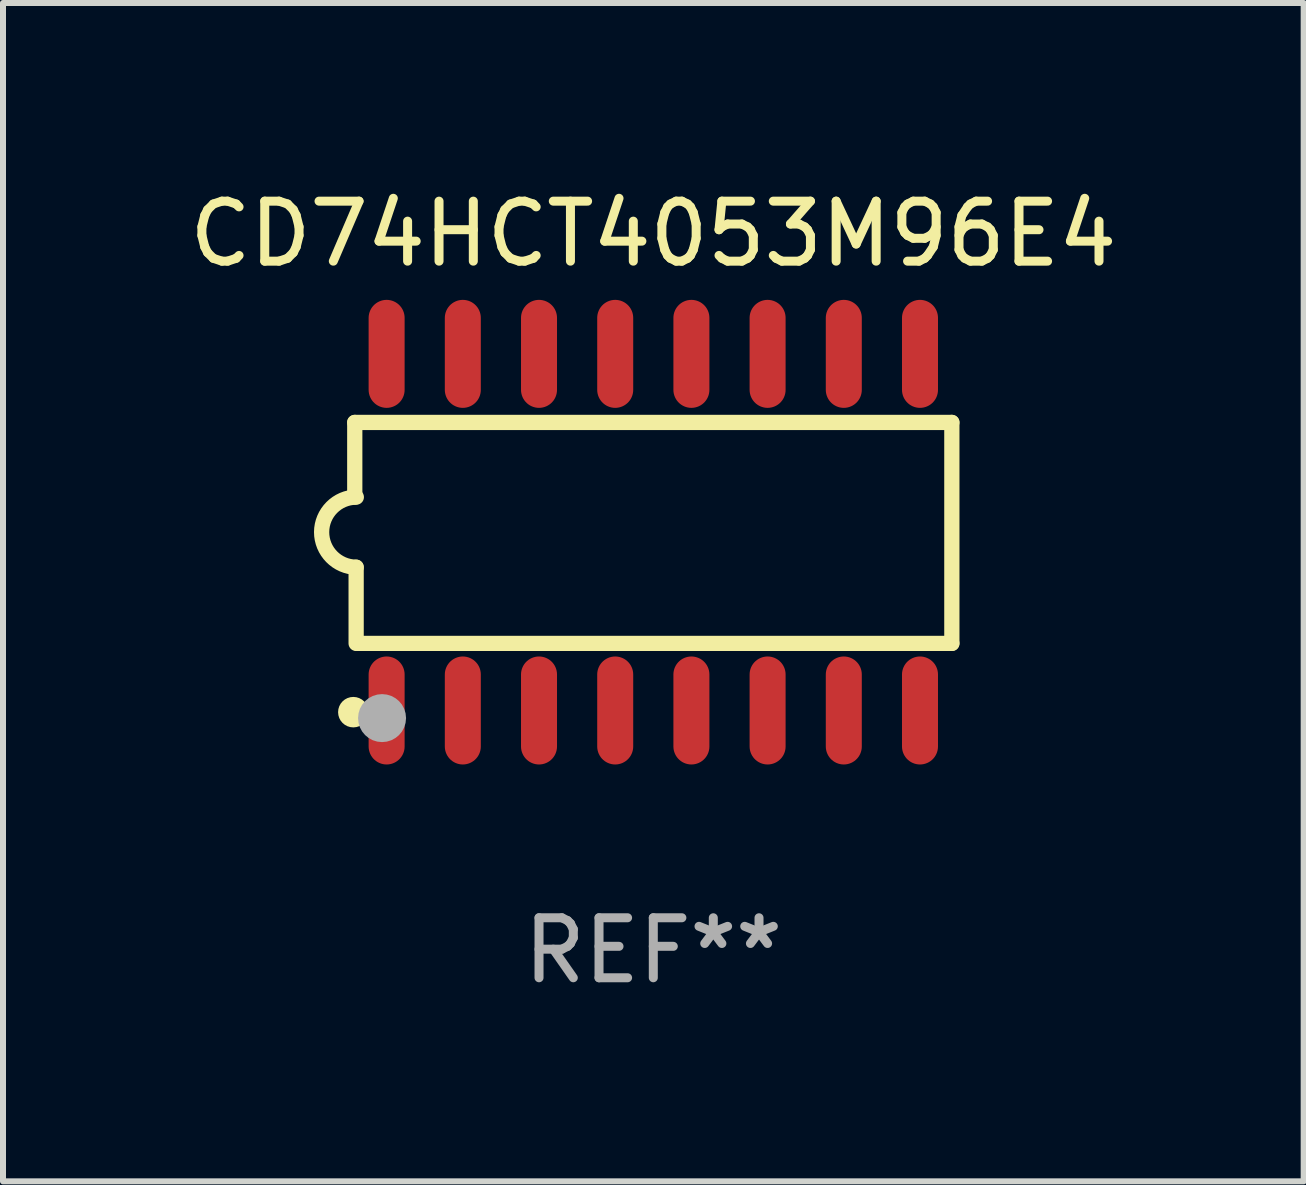
<source format=kicad_pcb>
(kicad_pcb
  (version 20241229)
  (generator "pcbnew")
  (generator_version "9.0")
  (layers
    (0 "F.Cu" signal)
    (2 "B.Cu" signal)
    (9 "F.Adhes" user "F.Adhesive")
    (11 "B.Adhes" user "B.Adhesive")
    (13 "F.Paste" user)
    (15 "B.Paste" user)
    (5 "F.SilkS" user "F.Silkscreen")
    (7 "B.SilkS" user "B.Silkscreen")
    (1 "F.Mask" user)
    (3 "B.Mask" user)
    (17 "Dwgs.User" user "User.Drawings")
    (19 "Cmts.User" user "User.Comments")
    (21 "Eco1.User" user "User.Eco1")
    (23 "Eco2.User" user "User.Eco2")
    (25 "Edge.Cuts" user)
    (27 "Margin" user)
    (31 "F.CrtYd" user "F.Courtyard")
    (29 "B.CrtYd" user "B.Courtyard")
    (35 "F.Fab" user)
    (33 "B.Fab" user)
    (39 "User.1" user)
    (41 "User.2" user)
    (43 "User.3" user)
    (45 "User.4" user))
  (footprint "CD74HCT4053M96E4"
    (layer "F.Cu")
    (at 7.839 5.82)
    (property "Reference" "CD74HCT4053M96E4" (at 0 -4.972 0) (layer "F.SilkS") (effects (font (size 1 1) (thickness 0.15))))
    (attr through_hole)
    (fp_line (start -4.976 -1.829) (end -4.976 -0.584) (stroke (width 0.254) (type solid)) (layer "F.SilkS"))
    (fp_line (start -4.953 0.584) (end -4.953 1.854) (stroke (width 0.254) (type solid)) (layer "F.SilkS"))
    (fp_line (start -4.928 1.854) (end 4.976 1.854) (stroke (width 0.254) (type solid)) (layer "F.SilkS"))
    (fp_line (start 4.976 -1.829) (end -4.976 -1.829) (stroke (width 0.254) (type solid)) (layer "F.SilkS"))
    (fp_line (start 4.976 1.854) (end 4.976 -1.829) (stroke (width 0.254) (type solid)) (layer "F.SilkS"))
    (fp_arc (start -4.95301 0.584201) (mid -5.533866 -0.00152) (end -4.950088 -0.584329) (stroke (width 0.254001) (type solid)) (layer "F.SilkS"))
    (fp_circle (center -5 3) (end -4.873 3) (stroke (width 0.254) (type solid)) (fill no) (layer "F.SilkS"))
    (fp_circle (center -4.521 3.099) (end -4.321 3.099) (stroke (width 0.4) (type solid)) (fill no) (layer "F.Fab"))
    (fp_text user "REF**" (at 0 6.972 0) (layer "F.Fab") (effects (font (size 1 1) (thickness 0.15))))
    (pad "1" smd oval (at -4.445 2.972 180) (size 0.6 1.8) (layers "F.Cu" "F.Mask" "F.Paste"))
    (pad "2" smd oval (at -3.175 2.972 180) (size 0.6 1.8) (layers "F.Cu" "F.Mask" "F.Paste"))
    (pad "3" smd oval (at -1.905 2.972 180) (size 0.6 1.8) (layers "F.Cu" "F.Mask" "F.Paste"))
    (pad "4" smd oval (at -0.635 2.972 180) (size 0.6 1.8) (layers "F.Cu" "F.Mask" "F.Paste"))
    (pad "5" smd oval (at 0.635 2.972 180) (size 0.6 1.8) (layers "F.Cu" "F.Mask" "F.Paste"))
    (pad "6" smd oval (at 1.905 2.972 180) (size 0.6 1.8) (layers "F.Cu" "F.Mask" "F.Paste"))
    (pad "7" smd oval (at 3.175 2.972 180) (size 0.6 1.8) (layers "F.Cu" "F.Mask" "F.Paste"))
    (pad "8" smd oval (at 4.445 2.972 180) (size 0.6 1.8) (layers "F.Cu" "F.Mask" "F.Paste"))
    (pad "9" smd oval (at 4.445 -2.972 180) (size 0.6 1.8) (layers "F.Cu" "F.Mask" "F.Paste"))
    (pad "10" smd oval (at 3.175 -2.972 180) (size 0.6 1.8) (layers "F.Cu" "F.Mask" "F.Paste"))
    (pad "11" smd oval (at 1.905 -2.972 180) (size 0.6 1.8) (layers "F.Cu" "F.Mask" "F.Paste"))
    (pad "12" smd oval (at 0.635 -2.972 180) (size 0.6 1.8) (layers "F.Cu" "F.Mask" "F.Paste"))
    (pad "13" smd oval (at -0.635 -2.972 180) (size 0.6 1.8) (layers "F.Cu" "F.Mask" "F.Paste"))
    (pad "14" smd oval (at -1.905 -2.972 180) (size 0.6 1.8) (layers "F.Cu" "F.Mask" "F.Paste"))
    (pad "15" smd oval (at -3.175 -2.972 180) (size 0.6 1.8) (layers "F.Cu" "F.Mask" "F.Paste"))
    (pad "16" smd oval (at -4.445 -2.972 180) (size 0.6 1.8) (layers "F.Cu" "F.Mask" "F.Paste")))
  (gr_rect
    (start -3 -3)
    (end 18.679 16.64)
    (stroke (width 0.1) (type default))
    (fill no)
    (layer "Edge.Cuts")))
</source>
